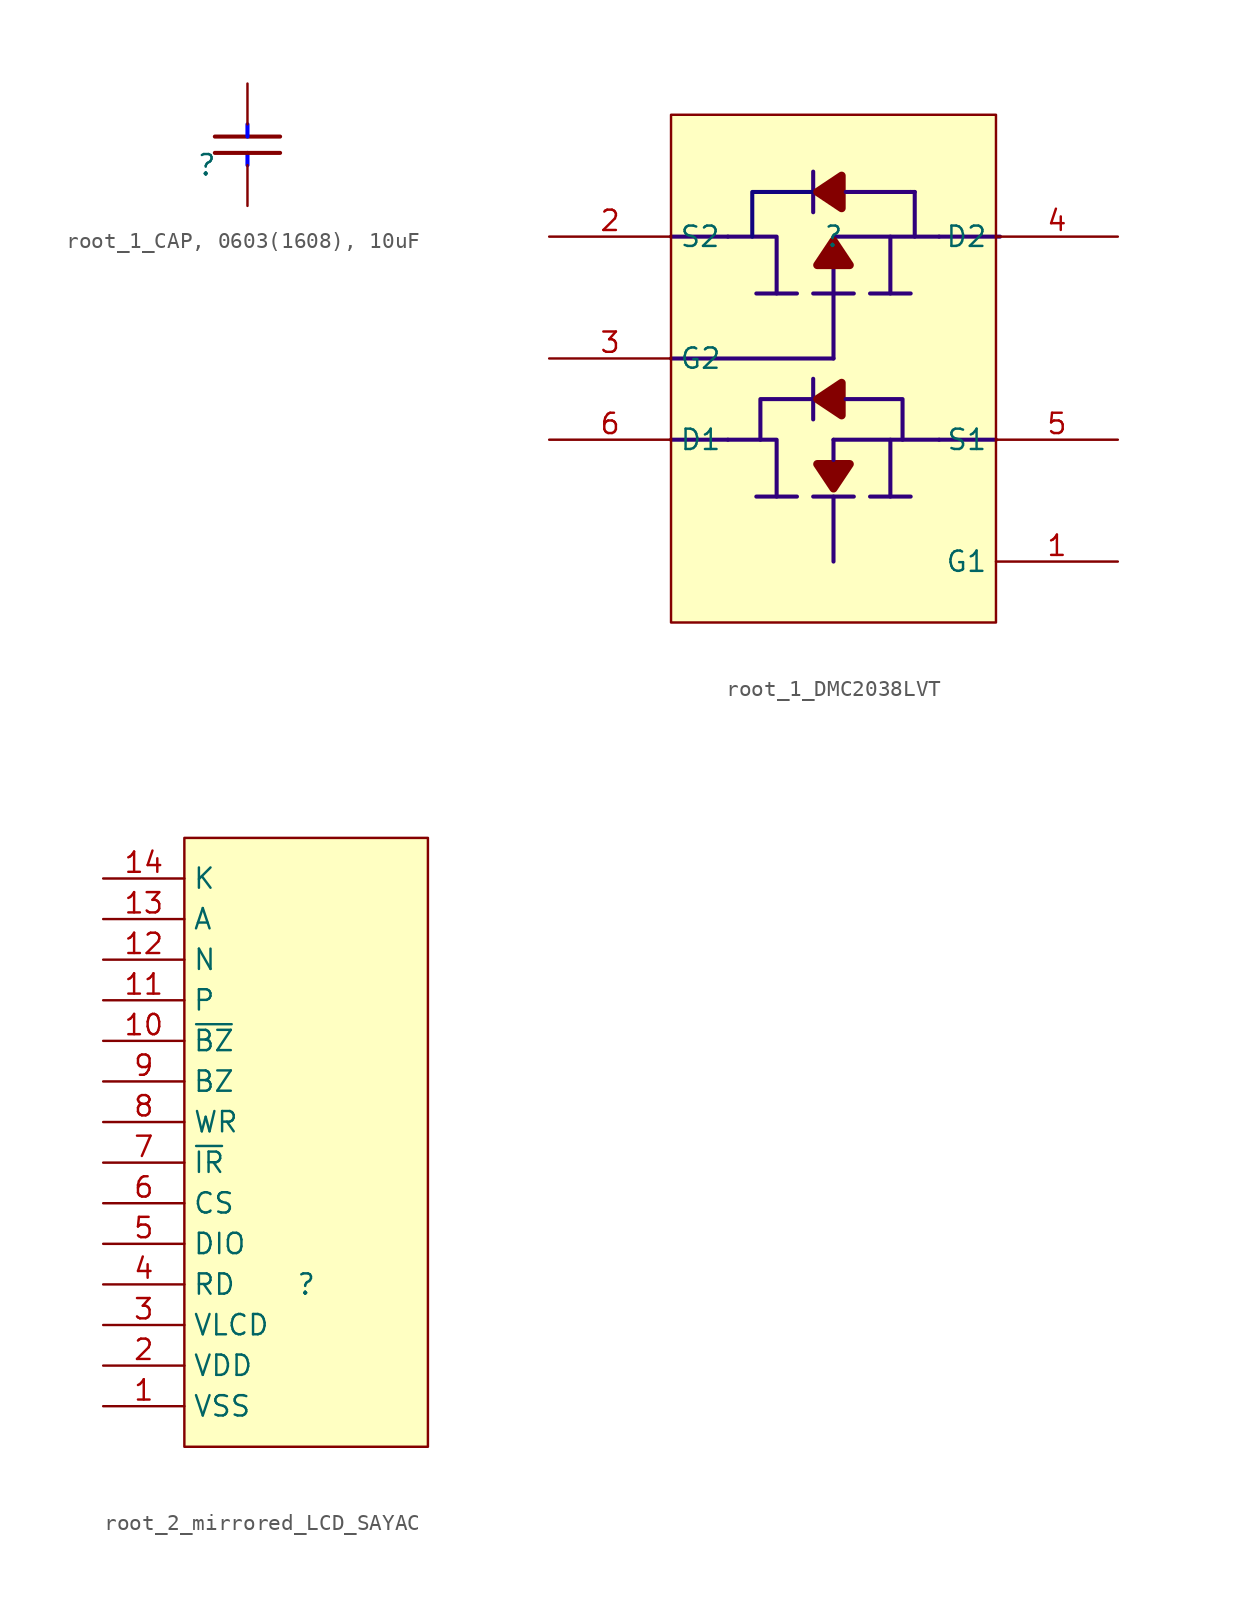
<source format=kicad_sym>
(kicad_symbol_lib
  (version 20220914)
  (generator kicad_symbol_editor)
  (symbol "root_1_CAP, 0603(1608), 10uF"
    (property "Reference" ""
      (at 0 0 0)
      (effects (font (size 1.27 1.27))))
    (property "Value" ""
      (at 0 0 0)
      (effects (font (size 1.27 1.27))))
    (symbol "root_1_CAP, 0603(1608), 10uF_1_0"
      (polyline (pts (xy 0.508 1.778) (xy 4.572 1.778)) (stroke (width 0.254) (type solid)) (fill (type none)))
      (polyline (pts (xy 2.54 0) (xy 2.54 0.762)) (stroke (width 0.254) (type solid) (color 0 0 255 1)) (fill (type none)))
      (polyline (pts (xy 2.54 2.54) (xy 2.54 1.778)) (stroke (width 0.254) (type solid) (color 0 0 255 1)) (fill (type none)))
      (polyline (pts (xy 4.572 0.762) (xy 0.508 0.762)) (stroke (width 0.254) (type solid)) (fill (type none)))
      (pin passive line (at 2.54 -2.54 90) (length 2.54) (name "1" (effects (font (size 0 0)))) (number "1" (effects (font (size 0 0)))))
      (pin passive line (at 2.54 5.08 270) (length 2.54) (name "2" (effects (font (size 0 0)))) (number "2" (effects (font (size 0 0)))))))
  (symbol "root_1_DMC2038LVT"
    (property "Reference" ""
      (at 0 0 0)
      (effects (font (size 1.27 1.27))))
    (property "Value" ""
      (at 0 0 0)
      (effects (font (size 1.27 1.27))))
    (symbol "root_1_DMC2038LVT_1_0"
      (polyline (pts (xy -6.604 -12.7) (xy -10.16 -12.7)) (stroke (width 0.254) (type solid) (color 48 0 123 1)) (fill (type none)))
      (polyline (pts (xy -6.604 0) (xy -10.16 0)) (stroke (width 0.254) (type solid) (color 48 0 123 1)) (fill (type none)))
      (polyline (pts (xy -4.826 -16.256) (xy -2.286 -16.256)) (stroke (width 0.254) (type solid) (color 48 0 123 1)) (fill (type none)))
      (polyline (pts (xy -4.826 -3.556) (xy -2.286 -3.556)) (stroke (width 0.254) (type solid) (color 48 0 123 1)) (fill (type none)))
      (polyline (pts (xy -1.27 -16.256) (xy 1.27 -16.256)) (stroke (width 0.254) (type solid) (color 48 0 123 1)) (fill (type none)))
      (polyline (pts (xy -1.27 -8.89) (xy -1.27 -11.43)) (stroke (width 0.254) (type solid) (color 48 0 123 1)) (fill (type none)))
      (polyline (pts (xy -1.27 -3.556) (xy 1.27 -3.556)) (stroke (width 0.254) (type solid) (color 48 0 123 1)) (fill (type none)))
      (polyline (pts (xy -1.27 4.064) (xy -1.27 1.524)) (stroke (width 0.254) (type solid) (color 48 0 123 1)) (fill (type none)))
      (polyline (pts (xy 0 -20.32) (xy 0 -16.256)) (stroke (width 0.254) (type solid) (color 48 0 123 1)) (fill (type none)))
      (polyline (pts (xy 0 -12.7) (xy 0 -13.97)) (stroke (width 0.254) (type solid) (color 48 0 123 1)) (fill (type none)))
      (polyline (pts (xy 0 -7.62) (xy -10.16 -7.62)) (stroke (width 0.254) (type solid) (color 48 0 123 1)) (fill (type none)))
      (polyline (pts (xy 0 -3.556) (xy 0 -7.62)) (stroke (width 0.254) (type solid) (color 48 0 123 1)) (fill (type none)))
      (polyline (pts (xy 0 -1.778) (xy 0 -3.556)) (stroke (width 0.254) (type solid) (color 48 0 123 1)) (fill (type none)))
      (polyline (pts (xy 0 0) (xy 6.604 0)) (stroke (width 0.254) (type solid) (color 48 0 123 1)) (fill (type none)))
      (polyline (pts (xy 0.762 2.794) (xy 4.826 2.794)) (stroke (width 0.254) (type solid) (color 48 0 123 1)) (fill (type none)))
      (polyline (pts (xy 2.286 -16.256) (xy 4.826 -16.256)) (stroke (width 0.254) (type solid) (color 48 0 123 1)) (fill (type none)))
      (polyline (pts (xy 2.286 -3.556) (xy 4.826 -3.556)) (stroke (width 0.254) (type solid) (color 48 0 123 1)) (fill (type none)))
      (polyline (pts (xy 3.556 -16.256) (xy 3.556 -12.7)) (stroke (width 0.254) (type solid) (color 48 0 123 1)) (fill (type none)))
      (polyline (pts (xy 3.556 -3.556) (xy 3.556 0)) (stroke (width 0.254) (type solid) (color 48 0 123 1)) (fill (type none)))
      (polyline (pts (xy 4.826 2.794) (xy 5.08 2.794)) (stroke (width 0.254) (type solid) (color 48 0 123 1)) (fill (type none)))
      (polyline (pts (xy 5.08 0) (xy 5.08 2.794)) (stroke (width 0.254) (type solid) (color 48 0 123 1)) (fill (type none)))
      (polyline (pts (xy 6.604 -12.7) (xy 0 -12.7)) (stroke (width 0.254) (type solid) (color 48 0 123 1)) (fill (type none)))
      (polyline (pts (xy 6.604 -12.7) (xy 10.16 -12.7)) (stroke (width 0.254) (type solid) (color 48 0 123 1)) (fill (type none)))
      (polyline (pts (xy 6.604 0) (xy 10.414 0)) (stroke (width 0.254) (type solid) (color 48 0 123 1)) (fill (type none)))
      (polyline (pts (xy -3.556 -16.256) (xy -3.556 -12.7) (xy -6.604 -12.7)) (stroke (width 0.254) (type solid) (color 48 0 123 1)) (fill (type none)))
      (polyline (pts (xy -3.556 -3.556) (xy -3.556 0) (xy -6.604 0)) (stroke (width 0.254) (type solid) (color 48 0 123 1)) (fill (type none)))
      (polyline (pts (xy -1.27 -10.16) (xy -4.572 -10.16) (xy -4.572 -12.7)) (stroke (width 0.254) (type solid) (color 48 0 123 1)) (fill (type none)))
      (polyline (pts (xy -1.27 2.794) (xy -5.08 2.794) (xy -5.08 0)) (stroke (width 0.254) (type solid) (color 17 3 127 1)) (fill (type none)))
      (polyline (pts (xy 0.762 -10.16) (xy 4.318 -10.16) (xy 4.318 -12.7)) (stroke (width 0.254) (type solid) (color 48 0 123 1)) (fill (type none)))
      (polyline (pts (xy -1.016 -14.224) (xy 1.016 -14.224) (xy 0 -15.748) (xy -1.016 -14.224)) (stroke (width 0.508) (type solid)) (fill (type outline)))
      (polyline (pts (xy 0.508 -9.144) (xy 0.508 -11.176) (xy -1.016 -10.16) (xy 0.508 -9.144)) (stroke (width 0.508) (type solid)) (fill (type outline)))
      (polyline (pts (xy 0.508 3.81) (xy 0.508 1.778) (xy -1.016 2.794) (xy 0.508 3.81)) (stroke (width 0.508) (type solid)) (fill (type outline)))
      (polyline (pts (xy 1.016 -1.778) (xy -1.016 -1.778) (xy 0 -0.254) (xy 1.016 -1.778)) (stroke (width 0.508) (type solid)) (fill (type outline)))
      (rectangle (start 10.16 7.62) (end -10.16 -24.13) (stroke (width 0) (type solid)) (fill (type background)))
      (pin passive line (at 17.78 -20.32 180) (length 7.62) (name "G1" (effects (font (size 1.27 1.27)))) (number "1" (effects (font (size 1.27 1.27)))))
      (pin passive line (at -17.78 0 0) (length 7.62) (name "S2" (effects (font (size 1.27 1.27)))) (number "2" (effects (font (size 1.27 1.27)))))
      (pin passive line (at -17.78 -7.62 0) (length 7.62) (name "G2" (effects (font (size 1.27 1.27)))) (number "3" (effects (font (size 1.27 1.27)))))
      (pin passive line (at 17.78 0 180) (length 7.62) (name "D2" (effects (font (size 1.27 1.27)))) (number "4" (effects (font (size 1.27 1.27)))))
      (pin passive line (at 17.78 -12.7 180) (length 7.62) (name "S1" (effects (font (size 1.27 1.27)))) (number "5" (effects (font (size 1.27 1.27)))))
      (pin passive line (at -17.78 -12.7 0) (length 7.62) (name "D1" (effects (font (size 1.27 1.27)))) (number "6" (effects (font (size 1.27 1.27)))))))
  (symbol "root_2_mirrored_LCD_SAYAC"
    (property "Reference" ""
      (at 0 0 0)
      (effects (font (size 1.27 1.27))))
    (property "Value" ""
      (at 0 0 0)
      (effects (font (size 1.27 1.27))))
    (symbol "root_2_mirrored_LCD_SAYAC_1_0"
      (rectangle (start 7.62 27.94) (end -7.62 -10.16) (stroke (width 0) (type solid)) (fill (type background)))
      (pin power_in line (at -12.7 -7.62 0) (length 5.08) (name "VSS" (effects (font (size 1.27 1.27)))) (number "1" (effects (font (size 1.27 1.27)))))
      (pin passive line (at -12.7 15.24 0) (length 5.08) (name "~{BZ}" (effects (font (size 1.27 1.27)))) (number "10" (effects (font (size 1.27 1.27)))))
      (pin passive line (at -12.7 17.78 0) (length 5.08) (name "P" (effects (font (size 1.27 1.27)))) (number "11" (effects (font (size 1.27 1.27)))))
      (pin passive line (at -12.7 20.32 0) (length 5.08) (name "N" (effects (font (size 1.27 1.27)))) (number "12" (effects (font (size 1.27 1.27)))))
      (pin passive line (at -12.7 22.86 0) (length 5.08) (name "A" (effects (font (size 1.27 1.27)))) (number "13" (effects (font (size 1.27 1.27)))))
      (pin passive line (at -12.7 25.4 0) (length 5.08) (name "K" (effects (font (size 1.27 1.27)))) (number "14" (effects (font (size 1.27 1.27)))))
      (pin passive line (at -12.7 -5.08 0) (length 5.08) (name "VDD" (effects (font (size 1.27 1.27)))) (number "2" (effects (font (size 1.27 1.27)))))
      (pin passive line (at -12.7 -2.54 0) (length 5.08) (name "VLCD" (effects (font (size 1.27 1.27)))) (number "3" (effects (font (size 1.27 1.27)))))
      (pin passive line (at -12.7 0 0) (length 5.08) (name "RD" (effects (font (size 1.27 1.27)))) (number "4" (effects (font (size 1.27 1.27)))))
      (pin passive line (at -12.7 2.54 0) (length 5.08) (name "DIO" (effects (font (size 1.27 1.27)))) (number "5" (effects (font (size 1.27 1.27)))))
      (pin passive line (at -12.7 5.08 0) (length 5.08) (name "CS" (effects (font (size 1.27 1.27)))) (number "6" (effects (font (size 1.27 1.27)))))
      (pin passive line (at -12.7 7.62 0) (length 5.08) (name "~{IR}" (effects (font (size 1.27 1.27)))) (number "7" (effects (font (size 1.27 1.27)))))
      (pin passive line (at -12.7 10.16 0) (length 5.08) (name "WR" (effects (font (size 1.27 1.27)))) (number "8" (effects (font (size 1.27 1.27)))))
      (pin passive line (at -12.7 12.7 0) (length 5.08) (name "BZ" (effects (font (size 1.27 1.27)))) (number "9" (effects (font (size 1.27 1.27))))))))
</source>
